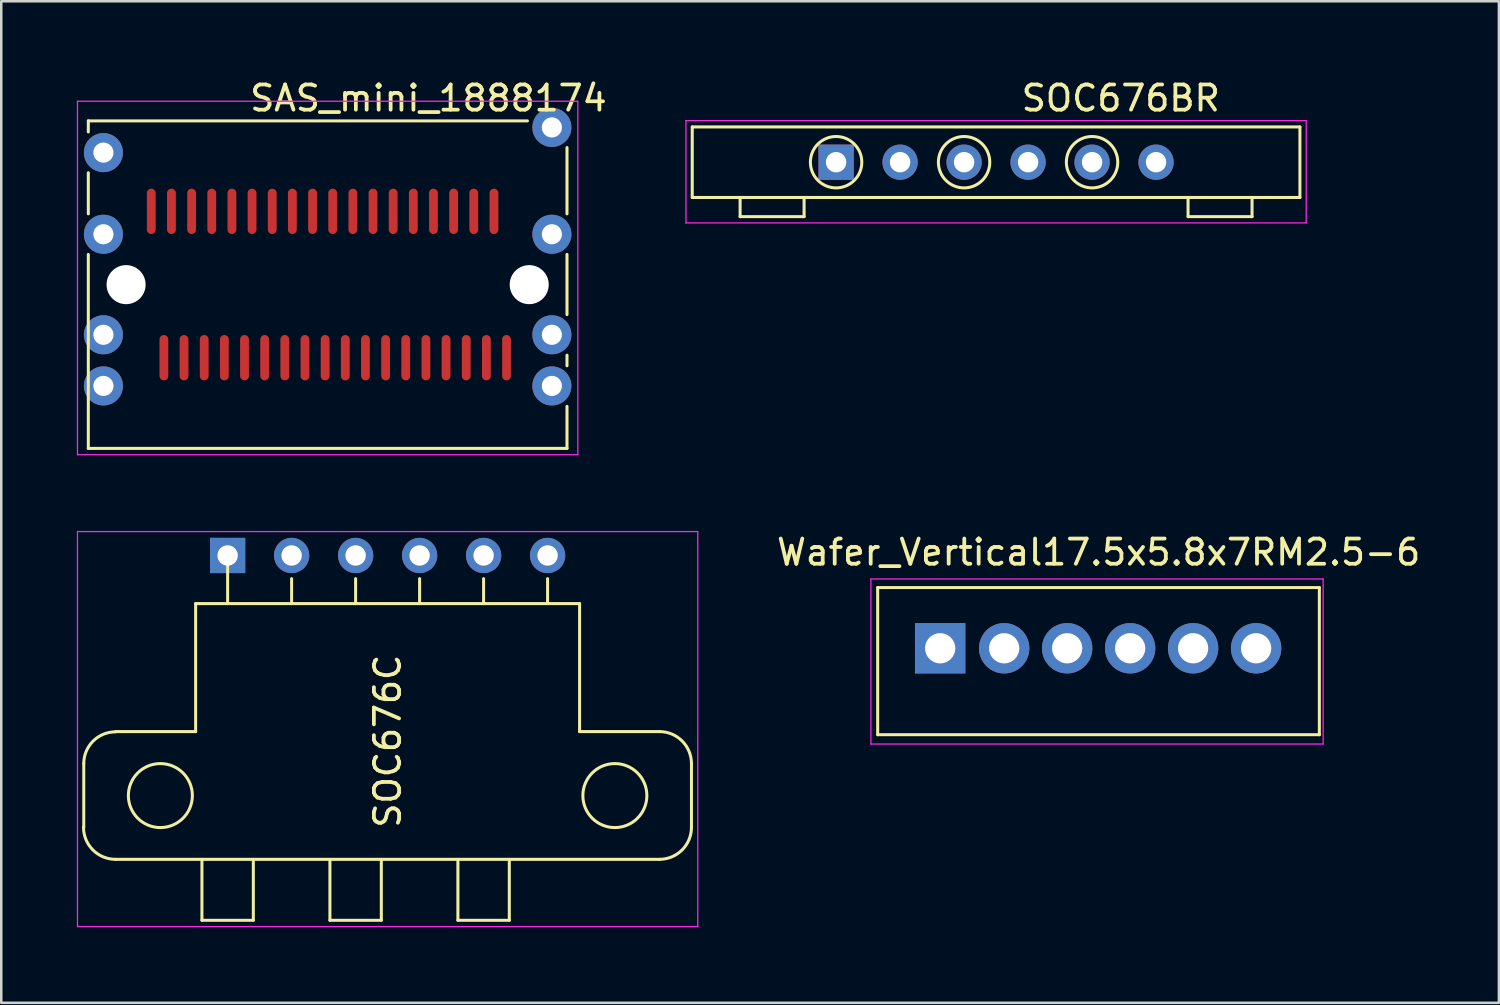
<source format=kicad_pcb>
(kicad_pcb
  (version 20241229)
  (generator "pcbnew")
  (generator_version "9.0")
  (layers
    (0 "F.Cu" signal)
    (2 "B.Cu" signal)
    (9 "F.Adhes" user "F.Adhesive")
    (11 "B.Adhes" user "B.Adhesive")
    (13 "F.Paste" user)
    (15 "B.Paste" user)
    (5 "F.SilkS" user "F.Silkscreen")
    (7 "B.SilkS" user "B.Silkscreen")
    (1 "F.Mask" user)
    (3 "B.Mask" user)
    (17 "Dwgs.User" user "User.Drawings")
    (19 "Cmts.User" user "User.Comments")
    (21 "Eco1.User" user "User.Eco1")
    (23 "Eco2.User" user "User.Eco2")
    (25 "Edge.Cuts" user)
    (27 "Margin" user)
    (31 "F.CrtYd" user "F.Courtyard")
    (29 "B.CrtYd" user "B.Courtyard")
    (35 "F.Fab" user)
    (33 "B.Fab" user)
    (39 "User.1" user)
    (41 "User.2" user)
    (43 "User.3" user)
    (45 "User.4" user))
  (footprint "SOC676BR"
    (layer "F.Cu")
    (at 30.136 3.388)
    (property "Reference" "SOC676BR" (at 11.3 -2.54 0) (layer "F.SilkS") (effects (font (size 1 1) (thickness 0.15))))
    (attr through_hole)
    (fp_line (start -5.71 -1.4) (end 18.41 -1.4) (stroke (width 0.12) (type solid)) (layer "F.SilkS"))
    (fp_line (start -5.71 1.4) (end -5.71 -1.4) (stroke (width 0.12) (type solid)) (layer "F.SilkS"))
    (fp_line (start -3.81 2.16) (end -3.81 1.4) (stroke (width 0.12) (type solid)) (layer "F.SilkS"))
    (fp_line (start -1.27 2.16) (end -3.81 2.16) (stroke (width 0.12) (type solid)) (layer "F.SilkS"))
    (fp_line (start -1.27 2.16) (end -1.27 1.4) (stroke (width 0.12) (type solid)) (layer "F.SilkS"))
    (fp_line (start 13.97 1.4) (end 13.97 2.16) (stroke (width 0.12) (type solid)) (layer "F.SilkS"))
    (fp_line (start 13.97 2.16) (end 16.51 2.16) (stroke (width 0.12) (type solid)) (layer "F.SilkS"))
    (fp_line (start 16.51 2.16) (end 16.51 1.4) (stroke (width 0.12) (type solid)) (layer "F.SilkS"))
    (fp_line (start 18.41 -1.4) (end 18.41 1.4) (stroke (width 0.12) (type solid)) (layer "F.SilkS"))
    (fp_line (start 18.41 1.4) (end -5.71 1.4) (stroke (width 0.12) (type solid)) (layer "F.SilkS"))
    (fp_circle (center 0 0) (end 0 -1.02) (stroke (width 0.12) (type solid)) (fill no) (layer "F.SilkS"))
    (fp_circle (center 5.08 0) (end 5.08 -1.02) (stroke (width 0.12) (type solid)) (fill no) (layer "F.SilkS"))
    (fp_circle (center 10.16 0) (end 10.16 -1.02) (stroke (width 0.12) (type solid)) (fill no) (layer "F.SilkS"))
    (fp_line (start -5.96 -1.65) (end -5.96 2.41) (stroke (width 0.05) (type solid)) (layer "F.CrtYd"))
    (fp_line (start -5.96 -1.65) (end 18.66 -1.65) (stroke (width 0.05) (type solid)) (layer "F.CrtYd"))
    (fp_line (start 18.66 2.41) (end -5.96 2.41) (stroke (width 0.05) (type solid)) (layer "F.CrtYd"))
    (fp_line (start 18.66 2.41) (end 18.66 -1.65) (stroke (width 0.05) (type solid)) (layer "F.CrtYd"))
    (pad "1" thru_hole rect (at 0 0) (size 1.4 1.4) (drill 0.81) (layers "*.Cu" "*.Mask"))
    (pad "2" thru_hole circle (at 2.54 0) (size 1.4 1.4) (drill 0.81) (layers "*.Cu" "*.Mask"))
    (pad "3" thru_hole circle (at 5.08 0) (size 1.4 1.4) (drill 0.81) (layers "*.Cu" "*.Mask"))
    (pad "4" thru_hole circle (at 7.62 0) (size 1.4 1.4) (drill 0.81) (layers "*.Cu" "*.Mask"))
    (pad "5" thru_hole circle (at 10.16 0) (size 1.4 1.4) (drill 0.81) (layers "*.Cu" "*.Mask"))
    (pad "6" thru_hole circle (at 12.7 0) (size 1.4 1.4) (drill 0.81) (layers "*.Cu" "*.Mask")))
  (footprint "SAS_mini_1888174"
    (layer "F.Cu")
    (at 9.955 7.138)
    (property "Reference" "SAS_mini_1888174" (at 4 -6.29 0) (layer "F.SilkS") (effects (font (size 1 1) (thickness 0.15))))
    (attr smd)
    (fp_line (start -9.5 -5.39) (end -9.5 -4.95) (stroke (width 0.12) (type solid)) (layer "F.SilkS"))
    (fp_line (start -9.5 -3.33) (end -9.5 -1.7) (stroke (width 0.12) (type solid)) (layer "F.SilkS"))
    (fp_line (start -9.5 -0.09) (end -9.5 7.61) (stroke (width 0.12) (type solid)) (layer "F.SilkS"))
    (fp_line (start -9.5 7.61) (end 9.5 7.61) (stroke (width 0.12) (type solid)) (layer "F.SilkS"))
    (fp_line (start 7.93 -5.39) (end -9.5 -5.39) (stroke (width 0.12) (type solid)) (layer "F.SilkS"))
    (fp_line (start 9.5 -4.33) (end 9.5 -1.7) (stroke (width 0.12) (type solid)) (layer "F.SilkS"))
    (fp_line (start 9.5 -0.09) (end 9.5 2.3) (stroke (width 0.12) (type solid)) (layer "F.SilkS"))
    (fp_line (start 9.5 3.91) (end 9.5 4.33) (stroke (width 0.12) (type solid)) (layer "F.SilkS"))
    (fp_line (start 9.5 5.94) (end 9.5 7.61) (stroke (width 0.12) (type solid)) (layer "F.SilkS"))
    (fp_line (start -9.93 -6.17) (end -9.93 7.86) (stroke (width 0.05) (type solid)) (layer "F.CrtYd"))
    (fp_line (start -9.93 -6.17) (end 9.93 -6.17) (stroke (width 0.05) (type solid)) (layer "F.CrtYd"))
    (fp_line (start 9.93 7.86) (end -9.93 7.86) (stroke (width 0.05) (type solid)) (layer "F.CrtYd"))
    (fp_line (start 9.93 7.86) (end 9.93 -6.17) (stroke (width 0.05) (type solid)) (layer "F.CrtYd"))
    (pad "" np_thru_hole circle (at -8 1.11) (size 1.55 1.55) (drill 1.55) (layers "*.Mask" "B.Cu"))
    (pad "" np_thru_hole circle (at 8 1.11) (size 1.55 1.55) (drill 1.55) (layers "*.Mask" "B.Cu"))
    (pad "1" thru_hole circle (at -8.9 -4.13) (size 1.55 1.55) (drill 0.8) (layers "*.Cu" "*.Mask"))
    (pad "2" thru_hole circle (at -8.9 -0.89) (size 1.55 1.55) (drill 0.8) (layers "*.Cu" "*.Mask"))
    (pad "3" thru_hole circle (at -8.9 3.1) (size 1.55 1.55) (drill 0.8) (layers "*.Cu" "*.Mask"))
    (pad "4" thru_hole circle (at -8.9 5.13) (size 1.55 1.55) (drill 0.8) (layers "*.Cu" "*.Mask"))
    (pad "5" thru_hole circle (at 8.9 -5.13) (size 1.55 1.55) (drill 0.8) (layers "*.Cu" "*.Mask"))
    (pad "6" thru_hole circle (at 8.9 -0.89) (size 1.55 1.55) (drill 0.8) (layers "*.Cu" "*.Mask"))
    (pad "7" thru_hole circle (at 8.9 3.1) (size 1.55 1.55) (drill 0.8) (layers "*.Cu" "*.Mask"))
    (pad "8" thru_hole circle (at 8.9 5.13) (size 1.55 1.55) (drill 0.8) (layers "*.Cu" "*.Mask"))
    (pad "A1" smd oval (at -6.5 4.01) (size 0.35 1.8) (layers "F.Cu" "F.Mask" "F.Paste"))
    (pad "A2" smd oval (at -5.7 4.01) (size 0.35 1.8) (layers "F.Cu" "F.Mask" "F.Paste"))
    (pad "A3" smd oval (at -4.9 4.01) (size 0.35 1.8) (layers "F.Cu" "F.Mask" "F.Paste"))
    (pad "A4" smd oval (at -4.1 4.01) (size 0.35 1.8) (layers "F.Cu" "F.Mask" "F.Paste"))
    (pad "A5" smd oval (at -3.3 4.01) (size 0.35 1.8) (layers "F.Cu" "F.Mask" "F.Paste"))
    (pad "A6" smd oval (at -2.5 4.01) (size 0.35 1.8) (layers "F.Cu" "F.Mask" "F.Paste"))
    (pad "A7" smd oval (at -1.7 4.01) (size 0.35 1.8) (layers "F.Cu" "F.Mask" "F.Paste"))
    (pad "A8" smd oval (at -0.9 4.01) (size 0.35 1.8) (layers "F.Cu" "F.Mask" "F.Paste"))
    (pad "A9" smd oval (at -0.1 4.01) (size 0.35 1.8) (layers "F.Cu" "F.Mask" "F.Paste"))
    (pad "A10" smd oval (at 0.7 4.01) (size 0.35 1.8) (layers "F.Cu" "F.Mask" "F.Paste"))
    (pad "A11" smd oval (at 1.5 4.01) (size 0.35 1.8) (layers "F.Cu" "F.Mask" "F.Paste"))
    (pad "A12" smd oval (at 2.3 4.01) (size 0.35 1.8) (layers "F.Cu" "F.Mask" "F.Paste"))
    (pad "A13" smd oval (at 3.1 4.01) (size 0.35 1.8) (layers "F.Cu" "F.Mask" "F.Paste"))
    (pad "A14" smd oval (at 3.9 4.01) (size 0.35 1.8) (layers "F.Cu" "F.Mask" "F.Paste"))
    (pad "A15" smd oval (at 4.7 4.01) (size 0.35 1.8) (layers "F.Cu" "F.Mask" "F.Paste"))
    (pad "A16" smd oval (at 5.5 4.01) (size 0.35 1.8) (layers "F.Cu" "F.Mask" "F.Paste"))
    (pad "A17" smd oval (at 6.3 4.01) (size 0.35 1.8) (layers "F.Cu" "F.Mask" "F.Paste"))
    (pad "A18" smd oval (at 7.1 4.01) (size 0.35 1.8) (layers "F.Cu" "F.Mask" "F.Paste"))
    (pad "B1" smd oval (at -7 -1.8) (size 0.35 1.8) (layers "F.Cu" "F.Mask" "F.Paste"))
    (pad "B2" smd oval (at -6.2 -1.8) (size 0.35 1.8) (layers "F.Cu" "F.Mask" "F.Paste"))
    (pad "B3" smd oval (at -5.4 -1.8) (size 0.35 1.8) (layers "F.Cu" "F.Mask" "F.Paste"))
    (pad "B4" smd oval (at -4.6 -1.8) (size 0.35 1.8) (layers "F.Cu" "F.Mask" "F.Paste"))
    (pad "B5" smd oval (at -3.8 -1.8) (size 0.35 1.8) (layers "F.Cu" "F.Mask" "F.Paste"))
    (pad "B6" smd oval (at -3 -1.8) (size 0.35 1.8) (layers "F.Cu" "F.Mask" "F.Paste"))
    (pad "B7" smd oval (at -2.2 -1.8) (size 0.35 1.8) (layers "F.Cu" "F.Mask" "F.Paste"))
    (pad "B8" smd oval (at -1.4 -1.8) (size 0.35 1.8) (layers "F.Cu" "F.Mask" "F.Paste"))
    (pad "B9" smd oval (at -0.6 -1.8) (size 0.35 1.8) (layers "F.Cu" "F.Mask" "F.Paste"))
    (pad "B10" smd oval (at 0.2 -1.8) (size 0.35 1.8) (layers "F.Cu" "F.Mask" "F.Paste"))
    (pad "B11" smd oval (at 1 -1.8) (size 0.35 1.8) (layers "F.Cu" "F.Mask" "F.Paste"))
    (pad "B12" smd oval (at 1.8 -1.8) (size 0.35 1.8) (layers "F.Cu" "F.Mask" "F.Paste"))
    (pad "B13" smd oval (at 2.6 -1.8) (size 0.35 1.8) (layers "F.Cu" "F.Mask" "F.Paste"))
    (pad "B14" smd oval (at 3.4 -1.8) (size 0.35 1.8) (layers "F.Cu" "F.Mask" "F.Paste"))
    (pad "B15" smd oval (at 4.2 -1.8) (size 0.35 1.8) (layers "F.Cu" "F.Mask" "F.Paste"))
    (pad "B16" smd oval (at 5 -1.8) (size 0.35 1.8) (layers "F.Cu" "F.Mask" "F.Paste"))
    (pad "B17" smd oval (at 5.8 -1.8) (size 0.35 1.8) (layers "F.Cu" "F.Mask" "F.Paste"))
    (pad "B18" smd oval (at 6.6 -1.8) (size 0.35 1.8) (layers "F.Cu" "F.Mask" "F.Paste")))
  (footprint "Wafer_Vertical17.5x5.8x7RM2.5-6"
    (layer "F.Cu")
    (at 34.267 22.681)
    (property "Reference" "Wafer_Vertical17.5x5.8x7RM2.5-6" (at 6.29 -3.81 0) (layer "F.SilkS") (effects (font (size 1 1) (thickness 0.15))))
    (attr through_hole)
    (fp_line (start -2.48 -2.41) (end -2.48 3.43) (stroke (width 0.12) (type solid)) (layer "F.SilkS"))
    (fp_line (start -2.48 -2.41) (end 15.05 -2.41) (stroke (width 0.12) (type solid)) (layer "F.SilkS"))
    (fp_line (start 15.05 -2.41) (end 15.05 3.43) (stroke (width 0.12) (type solid)) (layer "F.SilkS"))
    (fp_line (start 15.05 3.43) (end -2.48 3.43) (stroke (width 0.12) (type solid)) (layer "F.SilkS"))
    (fp_line (start -2.75 -2.75) (end 15.2 -2.75) (stroke (width 0.05) (type solid)) (layer "F.CrtYd"))
    (fp_line (start -2.75 3.8) (end -2.75 -2.75) (stroke (width 0.05) (type solid)) (layer "F.CrtYd"))
    (fp_line (start 15.2 -2.75) (end 15.2 3.8) (stroke (width 0.05) (type solid)) (layer "F.CrtYd"))
    (fp_line (start 15.2 3.8) (end -2.75 3.8) (stroke (width 0.05) (type solid)) (layer "F.CrtYd"))
    (pad "1" thru_hole rect (at 0 0) (size 2 2) (drill 1.2) (layers "*.Cu" "*.Mask"))
    (pad "2" thru_hole circle (at 2.54 0) (size 2 2) (drill 1.2) (layers "*.Cu" "*.Mask"))
    (pad "3" thru_hole circle (at 5.04 0) (size 2 2) (drill 1.2) (layers "*.Cu" "*.Mask"))
    (pad "4" thru_hole circle (at 7.54 0) (size 2 2) (drill 1.2) (layers "*.Cu" "*.Mask"))
    (pad "5" thru_hole circle (at 10.04 0) (size 2 2) (drill 1.2) (layers "*.Cu" "*.Mask"))
    (pad "6" thru_hole circle (at 12.54 0) (size 2 2) (drill 1.2) (layers "*.Cu" "*.Mask")))
  (footprint "SOC676C"
    (layer "F.Cu")
    (at 5.985 18.998)
    (property "Reference" "SOC676C" (at 6.35 7.37 90) (layer "F.SilkS") (effects (font (size 1 1) (thickness 0.15))))
    (attr through_hole)
    (fp_line (start -5.71 10.79) (end -5.71 8.26) (stroke (width 0.12) (type solid)) (layer "F.SilkS"))
    (fp_line (start -1.27 1.91) (end 13.97 1.91) (stroke (width 0.12) (type solid)) (layer "F.SilkS"))
    (fp_line (start -1.27 6.99) (end -4.45 6.99) (stroke (width 0.12) (type solid)) (layer "F.SilkS"))
    (fp_line (start -1.27 6.99) (end -1.27 1.91) (stroke (width 0.12) (type solid)) (layer "F.SilkS"))
    (fp_line (start -1.02 12.06) (end -1.02 14.48) (stroke (width 0.12) (type solid)) (layer "F.SilkS"))
    (fp_line (start -1.02 14.48) (end 1.02 14.48) (stroke (width 0.12) (type solid)) (layer "F.SilkS"))
    (fp_line (start 0 0) (end 0 1.91) (stroke (width 0.12) (type solid)) (layer "F.SilkS"))
    (fp_line (start 1.02 14.48) (end 1.02 12.06) (stroke (width 0.12) (type solid)) (layer "F.SilkS"))
    (fp_line (start 2.54 0.92) (end 2.54 1.91) (stroke (width 0.12) (type solid)) (layer "F.SilkS"))
    (fp_line (start 4.06 14.48) (end 4.06 12.06) (stroke (width 0.12) (type solid)) (layer "F.SilkS"))
    (fp_line (start 5.08 0.92) (end 5.08 1.91) (stroke (width 0.12) (type solid)) (layer "F.SilkS"))
    (fp_line (start 6.1 12.06) (end 6.1 14.48) (stroke (width 0.12) (type solid)) (layer "F.SilkS"))
    (fp_line (start 6.1 14.48) (end 4.06 14.48) (stroke (width 0.12) (type solid)) (layer "F.SilkS"))
    (fp_line (start 7.62 0.92) (end 7.62 1.91) (stroke (width 0.12) (type solid)) (layer "F.SilkS"))
    (fp_line (start 9.14 12.06) (end 9.14 14.48) (stroke (width 0.12) (type solid)) (layer "F.SilkS"))
    (fp_line (start 9.14 14.48) (end 11.18 14.48) (stroke (width 0.12) (type solid)) (layer "F.SilkS"))
    (fp_line (start 10.16 0.92) (end 10.16 1.91) (stroke (width 0.12) (type solid)) (layer "F.SilkS"))
    (fp_line (start 11.18 14.48) (end 11.18 12.06) (stroke (width 0.12) (type solid)) (layer "F.SilkS"))
    (fp_line (start 12.7 0.92) (end 12.7 1.91) (stroke (width 0.12) (type solid)) (layer "F.SilkS"))
    (fp_line (start 13.97 1.91) (end 13.97 6.99) (stroke (width 0.12) (type solid)) (layer "F.SilkS"))
    (fp_line (start 13.97 6.99) (end 17.14 6.99) (stroke (width 0.12) (type solid)) (layer "F.SilkS"))
    (fp_line (start 17.14 12.06) (end -4.45 12.06) (stroke (width 0.12) (type solid)) (layer "F.SilkS"))
    (fp_line (start 18.41 8.26) (end 18.41 10.79) (stroke (width 0.12) (type solid)) (layer "F.SilkS"))
    (fp_arc (start -5.71 8.26) (mid -5.340955 7.369045) (end -4.45 7) (stroke (width 0.12) (type solid)) (layer "F.SilkS"))
    (fp_arc (start -4.45 12.06) (mid -5.348026 11.688026) (end -5.72 10.79) (stroke (width 0.12) (type solid)) (layer "F.SilkS"))
    (fp_arc (start 17.14 6.99) (mid 18.038026 7.361974) (end 18.41 8.26) (stroke (width 0.12) (type solid)) (layer "F.SilkS"))
    (fp_arc (start 18.41 10.79) (mid 18.038026 11.688026) (end 17.14 12.06) (stroke (width 0.12) (type solid)) (layer "F.SilkS"))
    (fp_circle (center -2.67 9.53) (end -2.67 8.26) (stroke (width 0.12) (type solid)) (fill no) (layer "F.SilkS"))
    (fp_circle (center 15.37 9.53) (end 16.64 9.53) (stroke (width 0.12) (type solid)) (fill no) (layer "F.SilkS"))
    (fp_line (start -5.96 -0.95) (end -5.96 14.73) (stroke (width 0.05) (type solid)) (layer "F.CrtYd"))
    (fp_line (start -5.96 -0.95) (end 18.66 -0.95) (stroke (width 0.05) (type solid)) (layer "F.CrtYd"))
    (fp_line (start 18.66 14.73) (end -5.96 14.73) (stroke (width 0.05) (type solid)) (layer "F.CrtYd"))
    (fp_line (start 18.66 14.73) (end 18.66 -0.95) (stroke (width 0.05) (type solid)) (layer "F.CrtYd"))
    (pad "1" thru_hole rect (at 0 0 90) (size 1.4 1.4) (drill 0.81) (layers "*.Cu" "*.Mask"))
    (pad "2" thru_hole circle (at 2.54 0 90) (size 1.4 1.4) (drill 0.81) (layers "*.Cu" "*.Mask"))
    (pad "3" thru_hole circle (at 5.08 0 90) (size 1.4 1.4) (drill 0.81) (layers "*.Cu" "*.Mask"))
    (pad "4" thru_hole circle (at 7.62 0 90) (size 1.4 1.4) (drill 0.81) (layers "*.Cu" "*.Mask"))
    (pad "5" thru_hole circle (at 10.16 0 90) (size 1.4 1.4) (drill 0.81) (layers "*.Cu" "*.Mask"))
    (pad "6" thru_hole circle (at 12.7 0 90) (size 1.4 1.4) (drill 0.81) (layers "*.Cu" "*.Mask")))
  (gr_rect
    (start -3 -3)
    (end 56.444 36.753)
    (stroke (width 0.1) (type default))
    (fill no)
    (layer "Edge.Cuts")))
</source>
